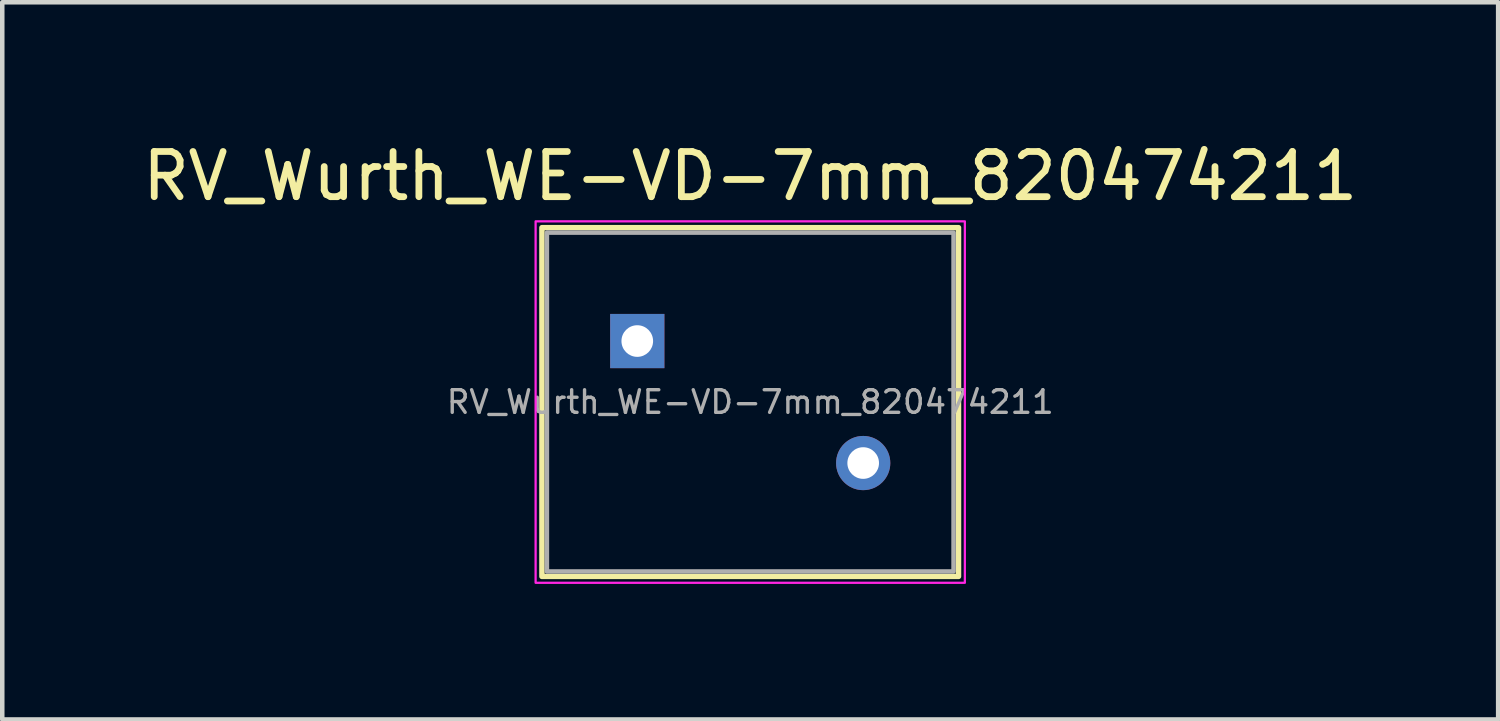
<source format=kicad_pcb>
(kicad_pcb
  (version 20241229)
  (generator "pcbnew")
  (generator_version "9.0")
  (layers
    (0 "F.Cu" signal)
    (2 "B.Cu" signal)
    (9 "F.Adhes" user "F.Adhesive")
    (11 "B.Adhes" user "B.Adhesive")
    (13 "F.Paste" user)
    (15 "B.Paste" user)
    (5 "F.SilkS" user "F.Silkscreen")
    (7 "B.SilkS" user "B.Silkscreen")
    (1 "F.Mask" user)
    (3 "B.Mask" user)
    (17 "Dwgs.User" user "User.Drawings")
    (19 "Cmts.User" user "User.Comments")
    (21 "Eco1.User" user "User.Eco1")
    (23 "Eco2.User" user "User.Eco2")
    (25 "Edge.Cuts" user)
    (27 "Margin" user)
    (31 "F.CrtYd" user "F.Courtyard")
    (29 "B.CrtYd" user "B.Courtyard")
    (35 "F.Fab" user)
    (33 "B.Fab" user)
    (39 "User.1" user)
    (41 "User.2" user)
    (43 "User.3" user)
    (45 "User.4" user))
  (footprint "RV_Wurth_WE-VD-7mm_820474211"
    (layer "F.Cu")
    (at 11.054 4.498)
    (property "Reference" "RV_Wurth_WE-VD-7mm_820474211" (at 2.5 -3.65 0) (unlocked yes) (layer "F.SilkS") (effects (font (size 1 1) (thickness 0.15))))
    (attr through_hole)
    (fp_rect (start -2.11 -2.51) (end 7.11 5.21) (stroke (width 0.12) (type solid)) (fill no) (layer "F.SilkS"))
    (fp_rect (start -2.25 -2.65) (end 7.25 5.35) (stroke (width 0.05) (type solid)) (fill no) (layer "F.CrtYd"))
    (fp_rect (start -2 -2.4) (end 7 5.1) (stroke (width 0.1) (type solid)) (fill no) (layer "F.Fab"))
    (fp_text user "${REFERENCE}" (at 2.5 1.35 0) (unlocked yes) (layer "F.Fab") (effects (font (size 0.5 0.5) (thickness 0.075))))
    (pad "1" thru_hole rect (at 0 0) (size 1.2 1.2) (drill 0.7) (layers "*.Cu" "*.Mask"))
    (pad "2" thru_hole circle (at 5 2.7) (size 1.2 1.2) (drill 0.7) (layers "*.Cu" "*.Mask")))
  (gr_rect
    (start -3 -3)
    (end 30.107 12.873)
    (stroke (width 0.1) (type default))
    (fill no)
    (layer "Edge.Cuts")))
</source>
